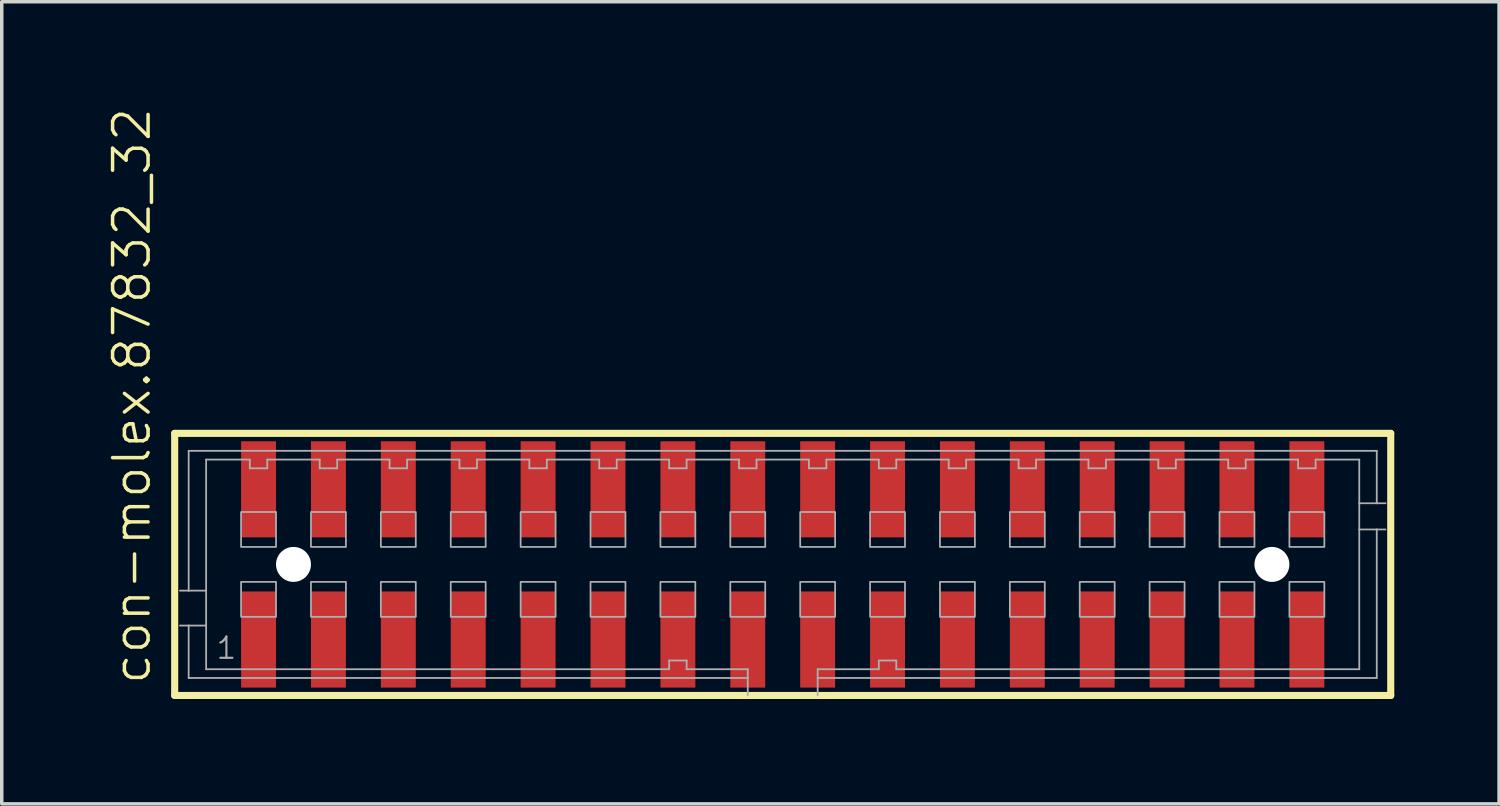
<source format=kicad_pcb>
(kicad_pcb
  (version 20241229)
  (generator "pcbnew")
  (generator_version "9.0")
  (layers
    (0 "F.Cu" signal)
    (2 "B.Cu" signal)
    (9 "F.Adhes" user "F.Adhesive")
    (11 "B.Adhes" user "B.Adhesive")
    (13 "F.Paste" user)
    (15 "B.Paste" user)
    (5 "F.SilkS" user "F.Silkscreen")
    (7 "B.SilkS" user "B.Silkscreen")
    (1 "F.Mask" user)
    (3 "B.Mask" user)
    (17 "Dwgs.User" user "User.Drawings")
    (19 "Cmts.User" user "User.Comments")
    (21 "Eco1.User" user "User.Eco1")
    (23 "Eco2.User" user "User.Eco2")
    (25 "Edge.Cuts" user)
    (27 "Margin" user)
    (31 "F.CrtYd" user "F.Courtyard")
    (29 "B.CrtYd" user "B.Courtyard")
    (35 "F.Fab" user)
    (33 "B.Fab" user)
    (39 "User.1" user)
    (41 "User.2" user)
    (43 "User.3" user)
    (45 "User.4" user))
  (footprint "con-molex.87832_32"
    (layer "F.Cu")
    (at 19.349 13.102)
    (property "Reference" "con-molex.87832_32" (at -18.032 3.493 90) (layer "F.SilkS") (effects (font (size 1.016 1.016) (thickness 0.1)) (justify left bottom)))
    (attr smd)
    (fp_line (start -17.4 -3.75) (end 17.4 -3.75) (stroke (width 0.203) (type default)) (layer "F.SilkS"))
    (fp_line (start -17.4 3.75) (end -17.4 -3.75) (stroke (width 0.203) (type default)) (layer "F.SilkS"))
    (fp_line (start 17.4 -3.75) (end 17.4 3.75) (stroke (width 0.203) (type default)) (layer "F.SilkS"))
    (fp_line (start 17.4 3.75) (end -17.4 3.75) (stroke (width 0.203) (type default)) (layer "F.SilkS"))
    (fp_line (start -17 -3.25) (end 17 -3.25) (stroke (width 0.051) (type default)) (layer "F.Fab"))
    (fp_line (start -17 0.75) (end -17.25 0.75) (stroke (width 0.051) (type default)) (layer "F.Fab"))
    (fp_line (start -17 0.75) (end -17 -3.25) (stroke (width 0.051) (type default)) (layer "F.Fab"))
    (fp_line (start -17 1.75) (end -17.25 1.75) (stroke (width 0.051) (type default)) (layer "F.Fab"))
    (fp_line (start -17 3.25) (end -17 1.75) (stroke (width 0.051) (type default)) (layer "F.Fab"))
    (fp_line (start -16.5 -3) (end -16.5 0.75) (stroke (width 0.051) (type default)) (layer "F.Fab"))
    (fp_line (start -16.5 0.75) (end -17 0.75) (stroke (width 0.051) (type default)) (layer "F.Fab"))
    (fp_line (start -16.5 0.75) (end -16.5 1.75) (stroke (width 0.051) (type default)) (layer "F.Fab"))
    (fp_line (start -16.5 1.75) (end -17 1.75) (stroke (width 0.051) (type default)) (layer "F.Fab"))
    (fp_line (start -16.5 1.75) (end -16.5 3) (stroke (width 0.051) (type default)) (layer "F.Fab"))
    (fp_line (start -16.5 3) (end -3.25 3) (stroke (width 0.051) (type default)) (layer "F.Fab"))
    (fp_line (start -15.25 -3) (end -16.5 -3) (stroke (width 0.051) (type default)) (layer "F.Fab"))
    (fp_line (start -15.25 -2.75) (end -15.25 -3) (stroke (width 0.051) (type default)) (layer "F.Fab"))
    (fp_line (start -14.75 -3) (end -14.75 -2.75) (stroke (width 0.051) (type default)) (layer "F.Fab"))
    (fp_line (start -14.75 -2.75) (end -15.25 -2.75) (stroke (width 0.051) (type default)) (layer "F.Fab"))
    (fp_line (start -13.25 -3) (end -14.75 -3) (stroke (width 0.051) (type default)) (layer "F.Fab"))
    (fp_line (start -13.25 -2.75) (end -13.25 -3) (stroke (width 0.051) (type default)) (layer "F.Fab"))
    (fp_line (start -12.75 -3) (end -12.75 -2.75) (stroke (width 0.051) (type default)) (layer "F.Fab"))
    (fp_line (start -12.75 -2.75) (end -13.25 -2.75) (stroke (width 0.051) (type default)) (layer "F.Fab"))
    (fp_line (start -11.25 -3) (end -12.75 -3) (stroke (width 0.051) (type default)) (layer "F.Fab"))
    (fp_line (start -11.25 -2.75) (end -11.25 -3) (stroke (width 0.051) (type default)) (layer "F.Fab"))
    (fp_line (start -10.75 -3) (end -10.75 -2.75) (stroke (width 0.051) (type default)) (layer "F.Fab"))
    (fp_line (start -10.75 -2.75) (end -11.25 -2.75) (stroke (width 0.051) (type default)) (layer "F.Fab"))
    (fp_line (start -9.25 -3) (end -10.75 -3) (stroke (width 0.051) (type default)) (layer "F.Fab"))
    (fp_line (start -9.25 -2.75) (end -9.25 -3) (stroke (width 0.051) (type default)) (layer "F.Fab"))
    (fp_line (start -8.75 -3) (end -8.75 -2.75) (stroke (width 0.051) (type default)) (layer "F.Fab"))
    (fp_line (start -8.75 -2.75) (end -9.25 -2.75) (stroke (width 0.051) (type default)) (layer "F.Fab"))
    (fp_line (start -7.25 -3) (end -8.75 -3) (stroke (width 0.051) (type default)) (layer "F.Fab"))
    (fp_line (start -7.25 -2.75) (end -7.25 -3) (stroke (width 0.051) (type default)) (layer "F.Fab"))
    (fp_line (start -6.75 -3) (end -6.75 -2.75) (stroke (width 0.051) (type default)) (layer "F.Fab"))
    (fp_line (start -6.75 -2.75) (end -7.25 -2.75) (stroke (width 0.051) (type default)) (layer "F.Fab"))
    (fp_line (start -5.25 -3) (end -6.75 -3) (stroke (width 0.051) (type default)) (layer "F.Fab"))
    (fp_line (start -5.25 -2.75) (end -5.25 -3) (stroke (width 0.051) (type default)) (layer "F.Fab"))
    (fp_line (start -4.75 -3) (end -4.75 -2.75) (stroke (width 0.051) (type default)) (layer "F.Fab"))
    (fp_line (start -4.75 -2.75) (end -5.25 -2.75) (stroke (width 0.051) (type default)) (layer "F.Fab"))
    (fp_line (start -3.25 -3) (end -4.75 -3) (stroke (width 0.051) (type default)) (layer "F.Fab"))
    (fp_line (start -3.25 -2.75) (end -3.25 -3) (stroke (width 0.051) (type default)) (layer "F.Fab"))
    (fp_line (start -3.25 2.75) (end -2.75 2.75) (stroke (width 0.051) (type default)) (layer "F.Fab"))
    (fp_line (start -3.25 3) (end -3.25 2.75) (stroke (width 0.051) (type default)) (layer "F.Fab"))
    (fp_line (start -2.75 -3) (end -2.75 -2.75) (stroke (width 0.051) (type default)) (layer "F.Fab"))
    (fp_line (start -2.75 -2.75) (end -3.25 -2.75) (stroke (width 0.051) (type default)) (layer "F.Fab"))
    (fp_line (start -2.75 2.75) (end -2.75 3) (stroke (width 0.051) (type default)) (layer "F.Fab"))
    (fp_line (start -2.75 3) (end -1 3) (stroke (width 0.051) (type default)) (layer "F.Fab"))
    (fp_line (start -1.25 -3) (end -2.75 -3) (stroke (width 0.051) (type default)) (layer "F.Fab"))
    (fp_line (start -1.25 -2.75) (end -1.25 -3) (stroke (width 0.051) (type default)) (layer "F.Fab"))
    (fp_line (start -1 3) (end -1 3.25) (stroke (width 0.051) (type default)) (layer "F.Fab"))
    (fp_line (start -1 3.25) (end -17 3.25) (stroke (width 0.051) (type default)) (layer "F.Fab"))
    (fp_line (start -1 3.25) (end -1 3.75) (stroke (width 0.051) (type default)) (layer "F.Fab"))
    (fp_line (start -0.75 -3) (end -0.75 -2.75) (stroke (width 0.051) (type default)) (layer "F.Fab"))
    (fp_line (start -0.75 -2.75) (end -1.25 -2.75) (stroke (width 0.051) (type default)) (layer "F.Fab"))
    (fp_line (start 0.75 -3) (end -0.75 -3) (stroke (width 0.051) (type default)) (layer "F.Fab"))
    (fp_line (start 0.75 -2.75) (end 0.75 -3) (stroke (width 0.051) (type default)) (layer "F.Fab"))
    (fp_line (start 1 3) (end 2.75 3) (stroke (width 0.051) (type default)) (layer "F.Fab"))
    (fp_line (start 1 3.25) (end 1 3) (stroke (width 0.051) (type default)) (layer "F.Fab"))
    (fp_line (start 1 3.75) (end 1 3.25) (stroke (width 0.051) (type default)) (layer "F.Fab"))
    (fp_line (start 1.25 -3) (end 1.25 -2.75) (stroke (width 0.051) (type default)) (layer "F.Fab"))
    (fp_line (start 1.25 -2.75) (end 0.75 -2.75) (stroke (width 0.051) (type default)) (layer "F.Fab"))
    (fp_line (start 2.75 -3) (end 1.25 -3) (stroke (width 0.051) (type default)) (layer "F.Fab"))
    (fp_line (start 2.75 -2.75) (end 2.75 -3) (stroke (width 0.051) (type default)) (layer "F.Fab"))
    (fp_line (start 2.75 2.75) (end 3.25 2.75) (stroke (width 0.051) (type default)) (layer "F.Fab"))
    (fp_line (start 2.75 3) (end 2.75 2.75) (stroke (width 0.051) (type default)) (layer "F.Fab"))
    (fp_line (start 3.25 -3) (end 3.25 -2.75) (stroke (width 0.051) (type default)) (layer "F.Fab"))
    (fp_line (start 3.25 -2.75) (end 2.75 -2.75) (stroke (width 0.051) (type default)) (layer "F.Fab"))
    (fp_line (start 3.25 2.75) (end 3.25 3) (stroke (width 0.051) (type default)) (layer "F.Fab"))
    (fp_line (start 3.25 3) (end 16.5 3) (stroke (width 0.051) (type default)) (layer "F.Fab"))
    (fp_line (start 4.75 -3) (end 3.25 -3) (stroke (width 0.051) (type default)) (layer "F.Fab"))
    (fp_line (start 4.75 -2.75) (end 4.75 -3) (stroke (width 0.051) (type default)) (layer "F.Fab"))
    (fp_line (start 5.25 -3) (end 5.25 -2.75) (stroke (width 0.051) (type default)) (layer "F.Fab"))
    (fp_line (start 5.25 -2.75) (end 4.75 -2.75) (stroke (width 0.051) (type default)) (layer "F.Fab"))
    (fp_line (start 6.75 -3) (end 5.25 -3) (stroke (width 0.051) (type default)) (layer "F.Fab"))
    (fp_line (start 6.75 -2.75) (end 6.75 -3) (stroke (width 0.051) (type default)) (layer "F.Fab"))
    (fp_line (start 7.25 -3) (end 7.25 -2.75) (stroke (width 0.051) (type default)) (layer "F.Fab"))
    (fp_line (start 7.25 -2.75) (end 6.75 -2.75) (stroke (width 0.051) (type default)) (layer "F.Fab"))
    (fp_line (start 8.75 -3) (end 7.25 -3) (stroke (width 0.051) (type default)) (layer "F.Fab"))
    (fp_line (start 8.75 -2.75) (end 8.75 -3) (stroke (width 0.051) (type default)) (layer "F.Fab"))
    (fp_line (start 9.25 -3) (end 9.25 -2.75) (stroke (width 0.051) (type default)) (layer "F.Fab"))
    (fp_line (start 9.25 -2.75) (end 8.75 -2.75) (stroke (width 0.051) (type default)) (layer "F.Fab"))
    (fp_line (start 10.75 -3) (end 9.25 -3) (stroke (width 0.051) (type default)) (layer "F.Fab"))
    (fp_line (start 10.75 -2.75) (end 10.75 -3) (stroke (width 0.051) (type default)) (layer "F.Fab"))
    (fp_line (start 11.25 -3) (end 11.25 -2.75) (stroke (width 0.051) (type default)) (layer "F.Fab"))
    (fp_line (start 11.25 -2.75) (end 10.75 -2.75) (stroke (width 0.051) (type default)) (layer "F.Fab"))
    (fp_line (start 12.75 -3) (end 11.25 -3) (stroke (width 0.051) (type default)) (layer "F.Fab"))
    (fp_line (start 12.75 -2.75) (end 12.75 -3) (stroke (width 0.051) (type default)) (layer "F.Fab"))
    (fp_line (start 13.25 -3) (end 13.25 -2.75) (stroke (width 0.051) (type default)) (layer "F.Fab"))
    (fp_line (start 13.25 -2.75) (end 12.75 -2.75) (stroke (width 0.051) (type default)) (layer "F.Fab"))
    (fp_line (start 14.75 -3) (end 13.25 -3) (stroke (width 0.051) (type default)) (layer "F.Fab"))
    (fp_line (start 14.75 -2.75) (end 14.75 -3) (stroke (width 0.051) (type default)) (layer "F.Fab"))
    (fp_line (start 15.25 -3) (end 15.25 -2.75) (stroke (width 0.051) (type default)) (layer "F.Fab"))
    (fp_line (start 15.25 -2.75) (end 14.75 -2.75) (stroke (width 0.051) (type default)) (layer "F.Fab"))
    (fp_line (start 16.5 -3) (end 15.25 -3) (stroke (width 0.051) (type default)) (layer "F.Fab"))
    (fp_line (start 16.5 -1.75) (end 16.5 -3) (stroke (width 0.051) (type default)) (layer "F.Fab"))
    (fp_line (start 16.5 -1.75) (end 17 -1.75) (stroke (width 0.051) (type default)) (layer "F.Fab"))
    (fp_line (start 16.5 -1) (end 16.5 -1.75) (stroke (width 0.051) (type default)) (layer "F.Fab"))
    (fp_line (start 16.5 -1) (end 17 -1) (stroke (width 0.051) (type default)) (layer "F.Fab"))
    (fp_line (start 16.5 3) (end 16.5 -1) (stroke (width 0.051) (type default)) (layer "F.Fab"))
    (fp_line (start 17 -3.25) (end 17 -1.75) (stroke (width 0.051) (type default)) (layer "F.Fab"))
    (fp_line (start 17 -1.75) (end 17.25 -1.75) (stroke (width 0.051) (type default)) (layer "F.Fab"))
    (fp_line (start 17 -1) (end 17 3.25) (stroke (width 0.051) (type default)) (layer "F.Fab"))
    (fp_line (start 17 -1) (end 17.25 -1) (stroke (width 0.051) (type default)) (layer "F.Fab"))
    (fp_line (start 17 3.25) (end 1 3.25) (stroke (width 0.051) (type default)) (layer "F.Fab"))
    (fp_rect (start -15.5 -0.5) (end -14.5 -1.5) (stroke (width 0.05) (type default)) (fill no) (layer "F.Fab"))
    (fp_rect (start -15.5 1.5) (end -14.5 0.5) (stroke (width 0.05) (type default)) (fill no) (layer "F.Fab"))
    (fp_rect (start -13.5 -0.5) (end -12.5 -1.5) (stroke (width 0.05) (type default)) (fill no) (layer "F.Fab"))
    (fp_rect (start -13.5 1.5) (end -12.5 0.5) (stroke (width 0.05) (type default)) (fill no) (layer "F.Fab"))
    (fp_rect (start -11.5 -0.5) (end -10.5 -1.5) (stroke (width 0.05) (type default)) (fill no) (layer "F.Fab"))
    (fp_rect (start -11.5 1.5) (end -10.5 0.5) (stroke (width 0.05) (type default)) (fill no) (layer "F.Fab"))
    (fp_rect (start -9.5 -0.5) (end -8.5 -1.5) (stroke (width 0.05) (type default)) (fill no) (layer "F.Fab"))
    (fp_rect (start -9.5 1.5) (end -8.5 0.5) (stroke (width 0.05) (type default)) (fill no) (layer "F.Fab"))
    (fp_rect (start -7.5 -0.5) (end -6.5 -1.5) (stroke (width 0.05) (type default)) (fill no) (layer "F.Fab"))
    (fp_rect (start -7.5 1.5) (end -6.5 0.5) (stroke (width 0.05) (type default)) (fill no) (layer "F.Fab"))
    (fp_rect (start -5.5 -0.5) (end -4.5 -1.5) (stroke (width 0.05) (type default)) (fill no) (layer "F.Fab"))
    (fp_rect (start -5.5 1.5) (end -4.5 0.5) (stroke (width 0.05) (type default)) (fill no) (layer "F.Fab"))
    (fp_rect (start -3.5 -0.5) (end -2.5 -1.5) (stroke (width 0.05) (type default)) (fill no) (layer "F.Fab"))
    (fp_rect (start -3.5 1.5) (end -2.5 0.5) (stroke (width 0.05) (type default)) (fill no) (layer "F.Fab"))
    (fp_rect (start -1.5 -0.5) (end -0.5 -1.5) (stroke (width 0.05) (type default)) (fill no) (layer "F.Fab"))
    (fp_rect (start -1.5 1.5) (end -0.5 0.5) (stroke (width 0.05) (type default)) (fill no) (layer "F.Fab"))
    (fp_rect (start 0.5 -0.5) (end 1.5 -1.5) (stroke (width 0.05) (type default)) (fill no) (layer "F.Fab"))
    (fp_rect (start 0.5 1.5) (end 1.5 0.5) (stroke (width 0.05) (type default)) (fill no) (layer "F.Fab"))
    (fp_rect (start 2.5 -0.5) (end 3.5 -1.5) (stroke (width 0.05) (type default)) (fill no) (layer "F.Fab"))
    (fp_rect (start 2.5 1.5) (end 3.5 0.5) (stroke (width 0.05) (type default)) (fill no) (layer "F.Fab"))
    (fp_rect (start 4.5 -0.5) (end 5.5 -1.5) (stroke (width 0.05) (type default)) (fill no) (layer "F.Fab"))
    (fp_rect (start 4.5 1.5) (end 5.5 0.5) (stroke (width 0.05) (type default)) (fill no) (layer "F.Fab"))
    (fp_rect (start 6.5 -0.5) (end 7.5 -1.5) (stroke (width 0.05) (type default)) (fill no) (layer "F.Fab"))
    (fp_rect (start 6.5 1.5) (end 7.5 0.5) (stroke (width 0.05) (type default)) (fill no) (layer "F.Fab"))
    (fp_rect (start 8.5 -0.5) (end 9.5 -1.5) (stroke (width 0.05) (type default)) (fill no) (layer "F.Fab"))
    (fp_rect (start 8.5 1.5) (end 9.5 0.5) (stroke (width 0.05) (type default)) (fill no) (layer "F.Fab"))
    (fp_rect (start 10.5 -0.5) (end 11.5 -1.5) (stroke (width 0.05) (type default)) (fill no) (layer "F.Fab"))
    (fp_rect (start 10.5 1.5) (end 11.5 0.5) (stroke (width 0.05) (type default)) (fill no) (layer "F.Fab"))
    (fp_rect (start 12.5 -0.5) (end 13.5 -1.5) (stroke (width 0.05) (type default)) (fill no) (layer "F.Fab"))
    (fp_rect (start 12.5 1.5) (end 13.5 0.5) (stroke (width 0.05) (type default)) (fill no) (layer "F.Fab"))
    (fp_rect (start 14.5 -0.5) (end 15.5 -1.5) (stroke (width 0.05) (type default)) (fill no) (layer "F.Fab"))
    (fp_rect (start 14.5 1.5) (end 15.5 0.5) (stroke (width 0.05) (type default)) (fill no) (layer "F.Fab"))
    (fp_text user "1" (at -16.25 2.75 0) (layer "F.Fab") (effects (font (size 0.61 0.61) (thickness 0.06)) (justify left bottom)))
    (pad "" np_thru_hole circle (at -14 0) (size 1 1) (drill 1) (layers "*.Cu" "*.Mask"))
    (pad "" np_thru_hole circle (at 14 0) (size 1 1) (drill 1) (layers "*.Cu" "*.Mask"))
    (pad "1" smd roundrect (at -15 2.15) (size 1 2.75) (layers "F.Cu" "F.Mask" "F.Paste") (roundrect_rratio 0.01))
    (pad "2" smd roundrect (at -15 -2.15) (size 1 2.75) (layers "F.Cu" "F.Mask" "F.Paste") (roundrect_rratio 0.01))
    (pad "3" smd roundrect (at -13 2.15) (size 1 2.75) (layers "F.Cu" "F.Mask" "F.Paste") (roundrect_rratio 0.01))
    (pad "4" smd roundrect (at -13 -2.15) (size 1 2.75) (layers "F.Cu" "F.Mask" "F.Paste") (roundrect_rratio 0.01))
    (pad "5" smd roundrect (at -11 2.15) (size 1 2.75) (layers "F.Cu" "F.Mask" "F.Paste") (roundrect_rratio 0.01))
    (pad "6" smd roundrect (at -11 -2.15) (size 1 2.75) (layers "F.Cu" "F.Mask" "F.Paste") (roundrect_rratio 0.01))
    (pad "7" smd roundrect (at -9 2.15) (size 1 2.75) (layers "F.Cu" "F.Mask" "F.Paste") (roundrect_rratio 0.01))
    (pad "8" smd roundrect (at -9 -2.15) (size 1 2.75) (layers "F.Cu" "F.Mask" "F.Paste") (roundrect_rratio 0.01))
    (pad "9" smd roundrect (at -7 2.15 180) (size 1 2.75) (layers "F.Cu" "F.Mask" "F.Paste") (roundrect_rratio 0.01))
    (pad "10" smd roundrect (at -7 -2.15 180) (size 1 2.75) (layers "F.Cu" "F.Mask" "F.Paste") (roundrect_rratio 0.01))
    (pad "11" smd roundrect (at -5 2.15) (size 1 2.75) (layers "F.Cu" "F.Mask" "F.Paste") (roundrect_rratio 0.01))
    (pad "12" smd roundrect (at -5 -2.15) (size 1 2.75) (layers "F.Cu" "F.Mask" "F.Paste") (roundrect_rratio 0.01))
    (pad "13" smd roundrect (at -3 2.15) (size 1 2.75) (layers "F.Cu" "F.Mask" "F.Paste") (roundrect_rratio 0.01))
    (pad "14" smd roundrect (at -3 -2.15) (size 1 2.75) (layers "F.Cu" "F.Mask" "F.Paste") (roundrect_rratio 0.01))
    (pad "15" smd roundrect (at -1 2.15 180) (size 1 2.75) (layers "F.Cu" "F.Mask" "F.Paste") (roundrect_rratio 0.01))
    (pad "16" smd roundrect (at -1 -2.15) (size 1 2.75) (layers "F.Cu" "F.Mask" "F.Paste") (roundrect_rratio 0.01))
    (pad "17" smd roundrect (at 1 2.15 180) (size 1 2.75) (layers "F.Cu" "F.Mask" "F.Paste") (roundrect_rratio 0.01))
    (pad "18" smd roundrect (at 1 -2.15) (size 1 2.75) (layers "F.Cu" "F.Mask" "F.Paste") (roundrect_rratio 0.01))
    (pad "19" smd roundrect (at 3 2.15 180) (size 1 2.75) (layers "F.Cu" "F.Mask" "F.Paste") (roundrect_rratio 0.01))
    (pad "20" smd roundrect (at 3 -2.15) (size 1 2.75) (layers "F.Cu" "F.Mask" "F.Paste") (roundrect_rratio 0.01))
    (pad "21" smd roundrect (at 5 2.15 180) (size 1 2.75) (layers "F.Cu" "F.Mask" "F.Paste") (roundrect_rratio 0.01))
    (pad "22" smd roundrect (at 5 -2.15) (size 1 2.75) (layers "F.Cu" "F.Mask" "F.Paste") (roundrect_rratio 0.01))
    (pad "23" smd roundrect (at 7 2.15 180) (size 1 2.75) (layers "F.Cu" "F.Mask" "F.Paste") (roundrect_rratio 0.01))
    (pad "24" smd roundrect (at 7 -2.15) (size 1 2.75) (layers "F.Cu" "F.Mask" "F.Paste") (roundrect_rratio 0.01))
    (pad "25" smd roundrect (at 9 2.15 180) (size 1 2.75) (layers "F.Cu" "F.Mask" "F.Paste") (roundrect_rratio 0.01))
    (pad "26" smd roundrect (at 9 -2.15) (size 1 2.75) (layers "F.Cu" "F.Mask" "F.Paste") (roundrect_rratio 0.01))
    (pad "27" smd roundrect (at 11 2.15 180) (size 1 2.75) (layers "F.Cu" "F.Mask" "F.Paste") (roundrect_rratio 0.01))
    (pad "28" smd roundrect (at 11 -2.15) (size 1 2.75) (layers "F.Cu" "F.Mask" "F.Paste") (roundrect_rratio 0.01))
    (pad "29" smd roundrect (at 13 2.15 180) (size 1 2.75) (layers "F.Cu" "F.Mask" "F.Paste") (roundrect_rratio 0.01))
    (pad "30" smd roundrect (at 13 -2.15) (size 1 2.75) (layers "F.Cu" "F.Mask" "F.Paste") (roundrect_rratio 0.01))
    (pad "31" smd roundrect (at 15 2.15 180) (size 1 2.75) (layers "F.Cu" "F.Mask" "F.Paste") (roundrect_rratio 0.01))
    (pad "32" smd roundrect (at 15 -2.15) (size 1 2.75) (layers "F.Cu" "F.Mask" "F.Paste") (roundrect_rratio 0.01)))
  (gr_rect
    (start -3 -3)
    (end 39.85 19.954)
    (stroke (width 0.1) (type default))
    (fill no)
    (layer "Edge.Cuts")))
</source>
